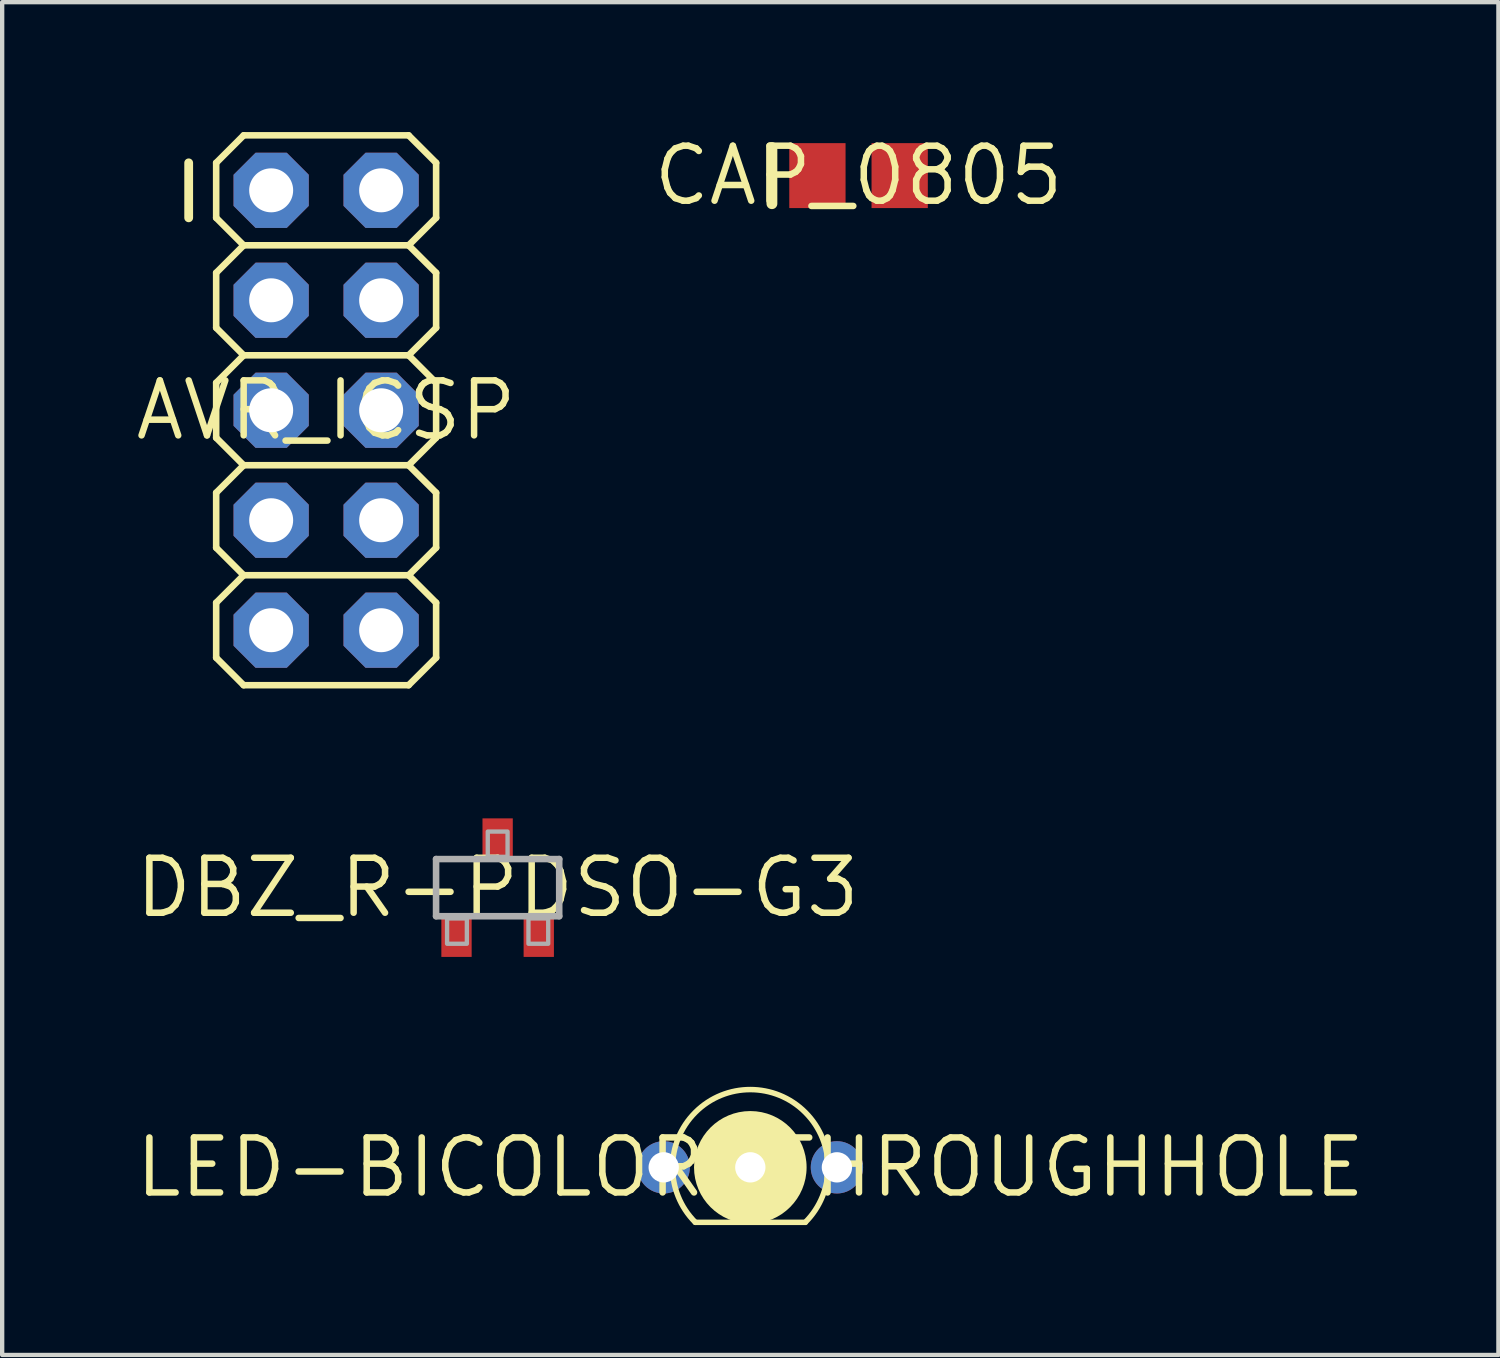
<source format=kicad_pcb>
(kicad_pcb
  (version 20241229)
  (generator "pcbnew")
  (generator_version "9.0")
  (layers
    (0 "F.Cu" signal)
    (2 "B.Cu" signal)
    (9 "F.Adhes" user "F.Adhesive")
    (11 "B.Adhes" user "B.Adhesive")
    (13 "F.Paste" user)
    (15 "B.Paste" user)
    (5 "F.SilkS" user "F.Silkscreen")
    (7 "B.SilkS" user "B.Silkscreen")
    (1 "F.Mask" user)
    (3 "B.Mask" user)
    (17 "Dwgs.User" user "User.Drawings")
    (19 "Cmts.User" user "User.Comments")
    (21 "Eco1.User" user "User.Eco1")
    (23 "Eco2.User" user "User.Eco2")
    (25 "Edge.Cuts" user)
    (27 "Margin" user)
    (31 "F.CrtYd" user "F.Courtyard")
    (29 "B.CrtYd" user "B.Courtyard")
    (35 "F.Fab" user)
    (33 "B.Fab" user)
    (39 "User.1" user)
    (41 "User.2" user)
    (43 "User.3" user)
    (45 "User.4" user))
  (footprint "DBZ_R-PDSO-G3"
    (layer "F.Cu")
    (at 8.444 17.452)
    (property "Reference" "DBZ_R-PDSO-G3" (at 0 0 0) (layer "F.SilkS") (effects (font (size 1.27 1.27) (thickness 0.15))))
    (fp_poly (pts (xy -1.3 0.6) (xy -0.6 0.6) (xy -0.6 1.6) (xy -1.3 1.6)) (stroke (width 0) (type default)) (fill yes) (layer "F.Mask"))
    (fp_poly (pts (xy -0.35 -1.6) (xy 0.35 -1.6) (xy 0.35 -0.6) (xy -0.35 -0.6)) (stroke (width 0) (type default)) (fill yes) (layer "F.Mask"))
    (fp_poly (pts (xy 0.6 0.6) (xy 1.3 0.6) (xy 1.3 1.6) (xy 0.6 1.6)) (stroke (width 0) (type default)) (fill yes) (layer "F.Mask"))
    (fp_poly (pts (xy -1.3 0.6) (xy -0.6 0.6) (xy -0.6 1.6) (xy -1.3 1.6)) (stroke (width 0) (type default)) (fill yes) (layer "F.Paste"))
    (fp_poly (pts (xy -0.35 -1.6) (xy 0.35 -1.6) (xy 0.35 -0.6) (xy -0.35 -0.6)) (stroke (width 0) (type default)) (fill yes) (layer "F.Paste"))
    (fp_poly (pts (xy 0.6 0.6) (xy 1.3 0.6) (xy 1.3 1.6) (xy 0.6 1.6)) (stroke (width 0) (type default)) (fill yes) (layer "F.Paste"))
    (fp_line (start -1.422 -0.66) (end 1.422 -0.66) (stroke (width 0.152) (type solid)) (layer "F.Fab"))
    (fp_line (start -1.422 0.66) (end -1.422 -0.66) (stroke (width 0.152) (type solid)) (layer "F.Fab"))
    (fp_line (start 1.422 -0.66) (end 1.422 0.66) (stroke (width 0.152) (type solid)) (layer "F.Fab"))
    (fp_line (start 1.422 0.66) (end -1.422 0.66) (stroke (width 0.152) (type solid)) (layer "F.Fab"))
    (fp_poly (pts (xy -0.711 0.711) (xy -1.168 0.711) (xy -1.168 1.296) (xy -0.711 1.296)) (stroke (width 0.1) (type default)) (fill no) (layer "F.Fab"))
    (fp_poly (pts (xy 0.229 -1.295) (xy -0.228 -1.295) (xy -0.228 -0.711) (xy 0.229 -0.711)) (stroke (width 0.1) (type default)) (fill no) (layer "F.Fab"))
    (fp_poly (pts (xy 1.168 0.711) (xy 0.712 0.711) (xy 0.712 1.296) (xy 1.168 1.296)) (stroke (width 0.1) (type default)) (fill no) (layer "F.Fab"))
    (pad "1" smd rect (at -0.95 1.1) (size 0.7 1) (layers "F.Cu"))
    (pad "2" smd rect (at 0.95 1.1) (size 0.7 1) (layers "F.Cu"))
    (pad "3" smd rect (at 0 -1.1) (size 0.7 1) (layers "F.Cu")))
  (footprint "LED-BICOLOR-THROUGHHOLE"
    (layer "F.Cu")
    (at 14.28 23.912)
    (property "Reference" "LED-BICOLOR-THROUGHHOLE" (at 0 0 0) (layer "F.SilkS") (effects (font (size 1.27 1.27) (thickness 0.15))))
    (fp_circle (center -2 0) (end -2 0) (stroke (width 0) (type solid)) (fill yes) (layer "F.Mask"))
    (fp_circle (center 0 0) (end 0 0) (stroke (width 0) (type solid)) (fill yes) (layer "F.Mask"))
    (fp_circle (center 2 0) (end 2 0) (stroke (width 0) (type solid)) (fill yes) (layer "F.Mask"))
    (fp_circle (center -2 0) (end -2 0) (stroke (width 0) (type solid)) (fill yes) (layer "B.Mask"))
    (fp_circle (center 0 0) (end 0 0) (stroke (width 0) (type solid)) (fill yes) (layer "B.Mask"))
    (fp_circle (center 2 0) (end 2 0) (stroke (width 0) (type solid)) (fill yes) (layer "B.Mask"))
    (fp_line (start -1.27 1.27) (end 1.27 1.27) (stroke (width 0.127) (type solid)) (layer "F.SilkS"))
    (fp_arc (start -1.27 1.27) (mid 0 -1.796048) (end 1.27 1.27) (stroke (width 0.127) (type solid)) (layer "F.SilkS"))
    (fp_circle (center 0 0) (end 0.65 0) (stroke (width 1.3) (type solid)) (fill yes) (layer "F.SilkS"))
    (pad "1" thru_hole circle (at -2 0) (size 1.208 1.208) (drill 0.7) (layers "*.Cu"))
    (pad "2" thru_hole circle (at 0 0) (size 1.208 1.208) (drill 0.7) (layers "*.Cu"))
    (pad "3" thru_hole circle (at 2 0) (size 1.208 1.208) (drill 0.7) (layers "*.Cu")))
  (footprint "CAP_0805"
    (layer "F.Cu")
    (at 16.78 1.006)
    (property "Reference" "CAP_0805" (at 0 0 0) (layer "F.SilkS") (effects (font (size 1.27 1.27) (thickness 0.15))))
    (fp_line (start -2.001 0.649) (end -2.001 -0.649) (stroke (width 0.25) (type solid)) (layer "F.SilkS"))
    (pad "1" smd rect (at -0.95 0 90) (size 1.5 1.3) (layers "F.Cu" "F.Mask" "F.Paste"))
    (pad "2" smd rect (at 0.95 0 90) (size 1.5 1.3) (layers "F.Cu" "F.Mask" "F.Paste")))
  (footprint "AVR_ICSP"
    (layer "F.Cu")
    (at 4.483 6.426)
    (property "Reference" "AVR_ICSP" (at 0 0 0) (layer "F.SilkS") (effects (font (size 1.27 1.27) (thickness 0.15))))
    (fp_poly (pts (xy -0.401 -5.44) (xy -0.401 -4.72) (xy -0.91 -4.211) (xy -1.63 -4.211) (xy -2.139 -4.72) (xy -2.139 -5.44) (xy -1.63 -5.949) (xy -0.91 -5.949)) (stroke (width 0) (type default)) (fill yes) (layer "F.Mask"))
    (fp_poly (pts (xy -0.401 -2.9) (xy -0.401 -2.18) (xy -0.91 -1.671) (xy -1.63 -1.671) (xy -2.139 -2.18) (xy -2.139 -2.9) (xy -1.63 -3.409) (xy -0.91 -3.409)) (stroke (width 0) (type default)) (fill yes) (layer "F.Mask"))
    (fp_poly (pts (xy -0.401 -0.36) (xy -0.401 0.36) (xy -0.91 0.869) (xy -1.63 0.869) (xy -2.139 0.36) (xy -2.139 -0.36) (xy -1.63 -0.869) (xy -0.91 -0.869)) (stroke (width 0) (type default)) (fill yes) (layer "F.Mask"))
    (fp_poly (pts (xy -0.401 2.18) (xy -0.401 2.9) (xy -0.91 3.409) (xy -1.63 3.409) (xy -2.139 2.9) (xy -2.139 2.18) (xy -1.63 1.671) (xy -0.91 1.671)) (stroke (width 0) (type default)) (fill yes) (layer "F.Mask"))
    (fp_poly (pts (xy -0.401 4.72) (xy -0.401 5.44) (xy -0.91 5.949) (xy -1.63 5.949) (xy -2.139 5.44) (xy -2.139 4.72) (xy -1.63 4.211) (xy -0.91 4.211)) (stroke (width 0) (type default)) (fill yes) (layer "F.Mask"))
    (fp_poly (pts (xy 2.139 -5.44) (xy 2.139 -4.72) (xy 1.63 -4.211) (xy 0.91 -4.211) (xy 0.401 -4.72) (xy 0.401 -5.44) (xy 0.91 -5.949) (xy 1.63 -5.949)) (stroke (width 0) (type default)) (fill yes) (layer "F.Mask"))
    (fp_poly (pts (xy 2.139 -2.9) (xy 2.139 -2.18) (xy 1.63 -1.671) (xy 0.91 -1.671) (xy 0.401 -2.18) (xy 0.401 -2.9) (xy 0.91 -3.409) (xy 1.63 -3.409)) (stroke (width 0) (type default)) (fill yes) (layer "F.Mask"))
    (fp_poly (pts (xy 2.139 -0.36) (xy 2.139 0.36) (xy 1.63 0.869) (xy 0.91 0.869) (xy 0.401 0.36) (xy 0.401 -0.36) (xy 0.91 -0.869) (xy 1.63 -0.869)) (stroke (width 0) (type default)) (fill yes) (layer "F.Mask"))
    (fp_poly (pts (xy 2.139 2.18) (xy 2.139 2.9) (xy 1.63 3.409) (xy 0.91 3.409) (xy 0.401 2.9) (xy 0.401 2.18) (xy 0.91 1.671) (xy 1.63 1.671)) (stroke (width 0) (type default)) (fill yes) (layer "F.Mask"))
    (fp_poly (pts (xy 2.139 4.72) (xy 2.139 5.44) (xy 1.63 5.949) (xy 0.91 5.949) (xy 0.401 5.44) (xy 0.401 4.72) (xy 0.91 4.211) (xy 1.63 4.211)) (stroke (width 0) (type default)) (fill yes) (layer "F.Mask"))
    (fp_poly (pts (xy -0.401 -5.44) (xy -0.401 -4.72) (xy -0.91 -4.211) (xy -1.63 -4.211) (xy -2.139 -4.72) (xy -2.139 -5.44) (xy -1.63 -5.949) (xy -0.91 -5.949)) (stroke (width 0) (type default)) (fill yes) (layer "B.Mask"))
    (fp_poly (pts (xy -0.401 -2.9) (xy -0.401 -2.18) (xy -0.91 -1.671) (xy -1.63 -1.671) (xy -2.139 -2.18) (xy -2.139 -2.9) (xy -1.63 -3.409) (xy -0.91 -3.409)) (stroke (width 0) (type default)) (fill yes) (layer "B.Mask"))
    (fp_poly (pts (xy -0.401 -0.36) (xy -0.401 0.36) (xy -0.91 0.869) (xy -1.63 0.869) (xy -2.139 0.36) (xy -2.139 -0.36) (xy -1.63 -0.869) (xy -0.91 -0.869)) (stroke (width 0) (type default)) (fill yes) (layer "B.Mask"))
    (fp_poly (pts (xy -0.401 2.18) (xy -0.401 2.9) (xy -0.91 3.409) (xy -1.63 3.409) (xy -2.139 2.9) (xy -2.139 2.18) (xy -1.63 1.671) (xy -0.91 1.671)) (stroke (width 0) (type default)) (fill yes) (layer "B.Mask"))
    (fp_poly (pts (xy -0.401 4.72) (xy -0.401 5.44) (xy -0.91 5.949) (xy -1.63 5.949) (xy -2.139 5.44) (xy -2.139 4.72) (xy -1.63 4.211) (xy -0.91 4.211)) (stroke (width 0) (type default)) (fill yes) (layer "B.Mask"))
    (fp_poly (pts (xy 2.139 -5.44) (xy 2.139 -4.72) (xy 1.63 -4.211) (xy 0.91 -4.211) (xy 0.401 -4.72) (xy 0.401 -5.44) (xy 0.91 -5.949) (xy 1.63 -5.949)) (stroke (width 0) (type default)) (fill yes) (layer "B.Mask"))
    (fp_poly (pts (xy 2.139 -2.9) (xy 2.139 -2.18) (xy 1.63 -1.671) (xy 0.91 -1.671) (xy 0.401 -2.18) (xy 0.401 -2.9) (xy 0.91 -3.409) (xy 1.63 -3.409)) (stroke (width 0) (type default)) (fill yes) (layer "B.Mask"))
    (fp_poly (pts (xy 2.139 -0.36) (xy 2.139 0.36) (xy 1.63 0.869) (xy 0.91 0.869) (xy 0.401 0.36) (xy 0.401 -0.36) (xy 0.91 -0.869) (xy 1.63 -0.869)) (stroke (width 0) (type default)) (fill yes) (layer "B.Mask"))
    (fp_poly (pts (xy 2.139 2.18) (xy 2.139 2.9) (xy 1.63 3.409) (xy 0.91 3.409) (xy 0.401 2.9) (xy 0.401 2.18) (xy 0.91 1.671) (xy 1.63 1.671)) (stroke (width 0) (type default)) (fill yes) (layer "B.Mask"))
    (fp_poly (pts (xy 2.139 4.72) (xy 2.139 5.44) (xy 1.63 5.949) (xy 0.91 5.949) (xy 0.401 5.44) (xy 0.401 4.72) (xy 0.91 4.211) (xy 1.63 4.211)) (stroke (width 0) (type default)) (fill yes) (layer "B.Mask"))
    (fp_line (start -3.175 -5.715) (end -3.175 -4.445) (stroke (width 0.203) (type solid)) (layer "F.SilkS"))
    (fp_line (start -2.54 -5.715) (end -2.54 -4.445) (stroke (width 0.152) (type solid)) (layer "F.SilkS"))
    (fp_line (start -2.54 -4.445) (end -1.905 -3.81) (stroke (width 0.152) (type solid)) (layer "F.SilkS"))
    (fp_line (start -2.54 -3.175) (end -2.54 -1.905) (stroke (width 0.152) (type solid)) (layer "F.SilkS"))
    (fp_line (start -2.54 -1.905) (end -1.905 -1.27) (stroke (width 0.152) (type solid)) (layer "F.SilkS"))
    (fp_line (start -2.54 -0.635) (end -2.54 0.635) (stroke (width 0.152) (type solid)) (layer "F.SilkS"))
    (fp_line (start -2.54 0.635) (end -1.905 1.27) (stroke (width 0.152) (type solid)) (layer "F.SilkS"))
    (fp_line (start -2.54 1.905) (end -2.54 3.175) (stroke (width 0.152) (type solid)) (layer "F.SilkS"))
    (fp_line (start -2.54 3.175) (end -1.905 3.81) (stroke (width 0.152) (type solid)) (layer "F.SilkS"))
    (fp_line (start -2.54 4.445) (end -2.54 5.715) (stroke (width 0.152) (type solid)) (layer "F.SilkS"))
    (fp_line (start -2.54 5.715) (end -1.905 6.35) (stroke (width 0.152) (type solid)) (layer "F.SilkS"))
    (fp_line (start -1.905 -6.35) (end -2.54 -5.715) (stroke (width 0.152) (type solid)) (layer "F.SilkS"))
    (fp_line (start -1.905 -6.35) (end 1.905 -6.35) (stroke (width 0.152) (type solid)) (layer "F.SilkS"))
    (fp_line (start -1.905 -3.81) (end -2.54 -3.175) (stroke (width 0.152) (type solid)) (layer "F.SilkS"))
    (fp_line (start -1.905 -1.27) (end -2.54 -0.635) (stroke (width 0.152) (type solid)) (layer "F.SilkS"))
    (fp_line (start -1.905 1.27) (end -2.54 1.905) (stroke (width 0.152) (type solid)) (layer "F.SilkS"))
    (fp_line (start -1.905 3.81) (end -2.54 4.445) (stroke (width 0.152) (type solid)) (layer "F.SilkS"))
    (fp_line (start 1.905 -6.35) (end 2.54 -5.715) (stroke (width 0.152) (type solid)) (layer "F.SilkS"))
    (fp_line (start 1.905 -3.81) (end -1.905 -3.81) (stroke (width 0.152) (type solid)) (layer "F.SilkS"))
    (fp_line (start 1.905 -3.81) (end 2.54 -3.175) (stroke (width 0.152) (type solid)) (layer "F.SilkS"))
    (fp_line (start 1.905 -1.27) (end -1.905 -1.27) (stroke (width 0.152) (type solid)) (layer "F.SilkS"))
    (fp_line (start 1.905 -1.27) (end 2.54 -0.635) (stroke (width 0.152) (type solid)) (layer "F.SilkS"))
    (fp_line (start 1.905 1.27) (end -1.905 1.27) (stroke (width 0.152) (type solid)) (layer "F.SilkS"))
    (fp_line (start 1.905 1.27) (end 2.54 1.905) (stroke (width 0.152) (type solid)) (layer "F.SilkS"))
    (fp_line (start 1.905 3.81) (end -1.905 3.81) (stroke (width 0.152) (type solid)) (layer "F.SilkS"))
    (fp_line (start 1.905 3.81) (end 2.54 4.445) (stroke (width 0.152) (type solid)) (layer "F.SilkS"))
    (fp_line (start 1.905 6.35) (end -1.905 6.35) (stroke (width 0.152) (type solid)) (layer "F.SilkS"))
    (fp_line (start 2.54 -5.715) (end 2.54 -4.445) (stroke (width 0.152) (type solid)) (layer "F.SilkS"))
    (fp_line (start 2.54 -4.445) (end 1.905 -3.81) (stroke (width 0.152) (type solid)) (layer "F.SilkS"))
    (fp_line (start 2.54 -3.175) (end 2.54 -1.905) (stroke (width 0.152) (type solid)) (layer "F.SilkS"))
    (fp_line (start 2.54 -1.905) (end 1.905 -1.27) (stroke (width 0.152) (type solid)) (layer "F.SilkS"))
    (fp_line (start 2.54 -0.635) (end 2.54 0.635) (stroke (width 0.152) (type solid)) (layer "F.SilkS"))
    (fp_line (start 2.54 0.635) (end 1.905 1.27) (stroke (width 0.152) (type solid)) (layer "F.SilkS"))
    (fp_line (start 2.54 1.905) (end 2.54 3.175) (stroke (width 0.152) (type solid)) (layer "F.SilkS"))
    (fp_line (start 2.54 3.175) (end 1.905 3.81) (stroke (width 0.152) (type solid)) (layer "F.SilkS"))
    (fp_line (start 2.54 4.445) (end 2.54 5.715) (stroke (width 0.152) (type solid)) (layer "F.SilkS"))
    (fp_line (start 2.54 5.715) (end 1.905 6.35) (stroke (width 0.152) (type solid)) (layer "F.SilkS"))
    (fp_poly (pts (xy -1.016 -0.254) (xy -1.524 -0.254) (xy -1.524 0.254) (xy -1.016 0.254)) (stroke (width 0) (type default)) (fill yes) (layer "F.SilkS"))
    (fp_poly (pts (xy -1.016 -5.334) (xy -1.524 -5.334) (xy -1.524 -4.826) (xy -1.016 -4.826)) (stroke (width 0.1) (type default)) (fill no) (layer "F.Fab"))
    (fp_poly (pts (xy -1.016 -2.794) (xy -1.524 -2.794) (xy -1.524 -2.286) (xy -1.016 -2.286)) (stroke (width 0.1) (type default)) (fill no) (layer "F.Fab"))
    (fp_poly (pts (xy -1.016 2.286) (xy -1.524 2.286) (xy -1.524 2.794) (xy -1.016 2.794)) (stroke (width 0.1) (type default)) (fill no) (layer "F.Fab"))
    (fp_poly (pts (xy -1.016 4.826) (xy -1.524 4.826) (xy -1.524 5.334) (xy -1.016 5.334)) (stroke (width 0.1) (type default)) (fill no) (layer "F.Fab"))
    (fp_poly (pts (xy 1.524 -5.334) (xy 1.016 -5.334) (xy 1.016 -4.826) (xy 1.524 -4.826)) (stroke (width 0.1) (type default)) (fill no) (layer "F.Fab"))
    (fp_poly (pts (xy 1.524 -2.794) (xy 1.016 -2.794) (xy 1.016 -2.286) (xy 1.524 -2.286)) (stroke (width 0.1) (type default)) (fill no) (layer "F.Fab"))
    (fp_poly (pts (xy 1.524 -0.254) (xy 1.016 -0.254) (xy 1.016 0.254) (xy 1.524 0.254)) (stroke (width 0.1) (type default)) (fill no) (layer "F.Fab"))
    (fp_poly (pts (xy 1.524 2.286) (xy 1.016 2.286) (xy 1.016 2.794) (xy 1.524 2.794)) (stroke (width 0.1) (type default)) (fill no) (layer "F.Fab"))
    (fp_poly (pts (xy 1.524 4.826) (xy 1.016 4.826) (xy 1.016 5.334) (xy 1.524 5.334)) (stroke (width 0.1) (type default)) (fill no) (layer "F.Fab"))
    (pad "1" thru_hole roundrect (at -1.27 -5.08 270) (size 1.737 1.737) (drill 1.016) (layers "*.Cu") (roundrect_rratio 0.25) (chamfer_ratio 0.293) (chamfer top_left top_right bottom_left bottom_right))
    (pad "2" thru_hole roundrect (at 1.27 -5.08 270) (size 1.737 1.737) (drill 1.016) (layers "*.Cu") (roundrect_rratio 0.25) (chamfer_ratio 0.293) (chamfer top_left top_right bottom_left bottom_right))
    (pad "3" thru_hole roundrect (at -1.27 -2.54 270) (size 1.737 1.737) (drill 1.016) (layers "*.Cu") (roundrect_rratio 0.25) (chamfer_ratio 0.293) (chamfer top_left top_right bottom_left bottom_right))
    (pad "4" thru_hole roundrect (at 1.27 -2.54 270) (size 1.737 1.737) (drill 1.016) (layers "*.Cu") (roundrect_rratio 0.25) (chamfer_ratio 0.293) (chamfer top_left top_right bottom_left bottom_right))
    (pad "5" thru_hole roundrect (at -1.27 0 270) (size 1.737 1.737) (drill 1.016) (layers "*.Cu") (roundrect_rratio 0.25) (chamfer_ratio 0.293) (chamfer top_left top_right bottom_left bottom_right))
    (pad "6" thru_hole roundrect (at 1.27 0 270) (size 1.737 1.737) (drill 1.016) (layers "*.Cu") (roundrect_rratio 0.25) (chamfer_ratio 0.293) (chamfer top_left top_right bottom_left bottom_right))
    (pad "7" thru_hole roundrect (at -1.27 2.54 270) (size 1.737 1.737) (drill 1.016) (layers "*.Cu") (roundrect_rratio 0.25) (chamfer_ratio 0.293) (chamfer top_left top_right bottom_left bottom_right))
    (pad "8" thru_hole roundrect (at 1.27 2.54 270) (size 1.737 1.737) (drill 1.016) (layers "*.Cu") (roundrect_rratio 0.25) (chamfer_ratio 0.293) (chamfer top_left top_right bottom_left bottom_right))
    (pad "9" thru_hole roundrect (at -1.27 5.08 270) (size 1.737 1.737) (drill 1.016) (layers "*.Cu") (roundrect_rratio 0.25) (chamfer_ratio 0.293) (chamfer top_left top_right bottom_left bottom_right))
    (pad "10" thru_hole roundrect (at 1.27 5.08 270) (size 1.737 1.737) (drill 1.016) (layers "*.Cu") (roundrect_rratio 0.25) (chamfer_ratio 0.293) (chamfer top_left top_right bottom_left bottom_right)))
  (gr_rect
    (start -3 -3)
    (end 31.559 28.245)
    (stroke (width 0.1) (type default))
    (fill no)
    (layer "Edge.Cuts")))
</source>
